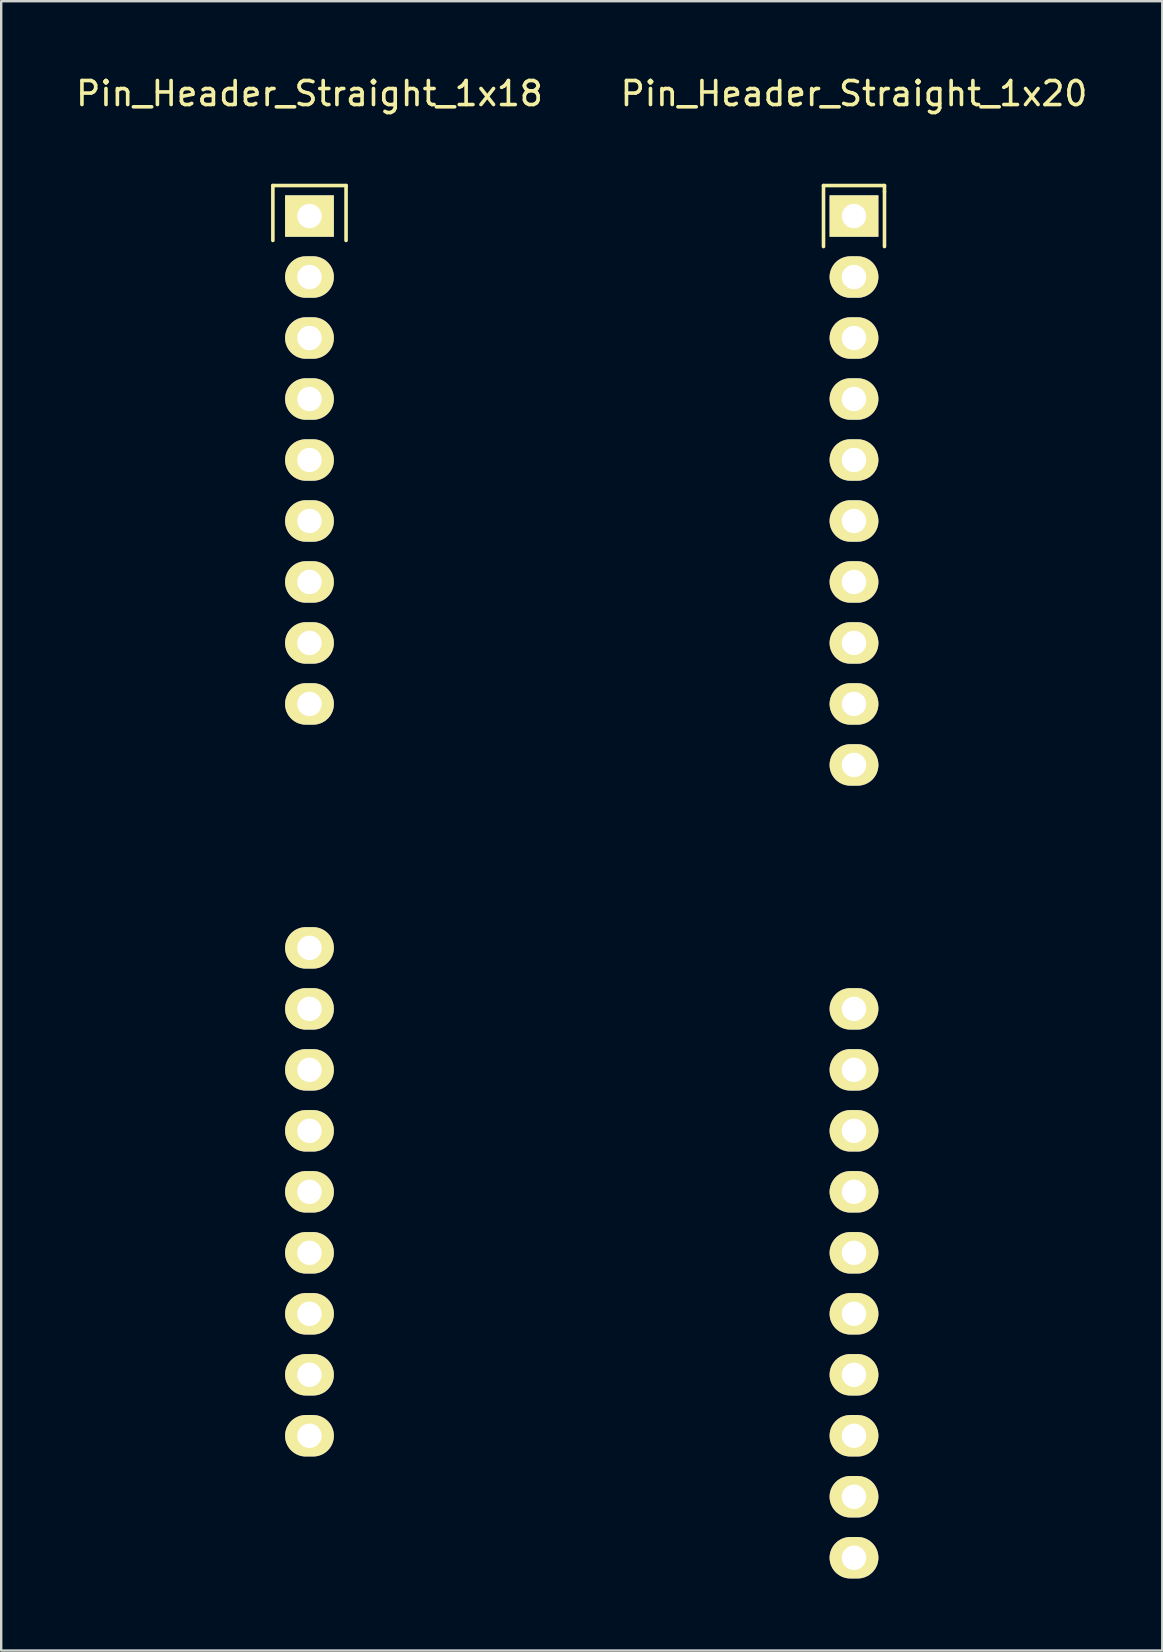
<source format=kicad_pcb>
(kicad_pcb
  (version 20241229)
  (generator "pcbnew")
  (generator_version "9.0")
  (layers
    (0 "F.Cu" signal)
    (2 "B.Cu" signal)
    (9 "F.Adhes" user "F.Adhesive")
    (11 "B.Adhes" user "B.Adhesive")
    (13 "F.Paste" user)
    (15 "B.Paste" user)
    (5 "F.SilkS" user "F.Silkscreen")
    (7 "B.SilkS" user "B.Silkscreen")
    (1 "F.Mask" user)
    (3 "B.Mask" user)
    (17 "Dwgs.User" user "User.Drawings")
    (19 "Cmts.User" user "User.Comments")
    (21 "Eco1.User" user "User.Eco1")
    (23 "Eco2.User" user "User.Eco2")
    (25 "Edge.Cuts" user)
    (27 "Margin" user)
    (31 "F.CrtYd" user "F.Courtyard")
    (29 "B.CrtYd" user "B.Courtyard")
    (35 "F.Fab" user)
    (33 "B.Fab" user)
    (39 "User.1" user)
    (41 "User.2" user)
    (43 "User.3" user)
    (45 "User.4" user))
  (footprint "Pin_Header_Straight_1x20"
    (layer "F.Cu")
    (at 32.518 5.948)
    (property "Reference" "Pin_Header_Straight_1x20" (at 0 -5.1 0) (layer "F.SilkS") (effects (font (size 1 1) (thickness 0.15))))
    (attr through_hole)
    (fp_line (start -1.27 -1.27) (end -1.27 1.27) (stroke (width 0.15) (type solid)) (layer "F.SilkS"))
    (fp_line (start 1.27 -1.27) (end -1.27 -1.27) (stroke (width 0.15) (type solid)) (layer "F.SilkS"))
    (fp_line (start 1.27 -1.016) (end 1.27 -1.27) (stroke (width 0.15) (type solid)) (layer "F.SilkS"))
    (fp_line (start 1.27 1.27) (end 1.27 -1.016) (stroke (width 0.15) (type solid)) (layer "F.SilkS"))
    (pad "1" thru_hole rect (at 0 0) (size 2.032 1.727) (drill 1.016) (layers "*.Cu" "*.Mask" "F.SilkS"))
    (pad "2" thru_hole oval (at 0 2.54) (size 2.032 1.727) (drill 1.016) (layers "*.Cu" "*.Mask" "F.SilkS"))
    (pad "3" thru_hole oval (at 0 5.08) (size 2.032 1.727) (drill 1.016) (layers "*.Cu" "*.Mask" "F.SilkS"))
    (pad "4" thru_hole oval (at 0 7.62) (size 2.032 1.727) (drill 1.016) (layers "*.Cu" "*.Mask" "F.SilkS"))
    (pad "5" thru_hole oval (at 0 10.16) (size 2.032 1.727) (drill 1.016) (layers "*.Cu" "*.Mask" "F.SilkS"))
    (pad "6" thru_hole oval (at 0 12.7) (size 2.032 1.727) (drill 1.016) (layers "*.Cu" "*.Mask" "F.SilkS"))
    (pad "7" thru_hole oval (at 0 15.24) (size 2.032 1.727) (drill 1.016) (layers "*.Cu" "*.Mask" "F.SilkS"))
    (pad "8" thru_hole oval (at 0 17.78) (size 2.032 1.727) (drill 1.016) (layers "*.Cu" "*.Mask" "F.SilkS"))
    (pad "9" thru_hole oval (at 0 20.32) (size 2.032 1.727) (drill 1.016) (layers "*.Cu" "*.Mask" "F.SilkS"))
    (pad "10" thru_hole oval (at 0 22.86) (size 2.032 1.727) (drill 1.016) (layers "*.Cu" "*.Mask" "F.SilkS"))
    (pad "11" thru_hole oval (at 0 33.02) (size 2.032 1.727) (drill 1.016) (layers "*.Cu" "*.Mask" "F.SilkS"))
    (pad "12" thru_hole oval (at 0 35.56) (size 2.032 1.727) (drill 1.016) (layers "*.Cu" "*.Mask" "F.SilkS"))
    (pad "13" thru_hole oval (at 0 38.1) (size 2.032 1.727) (drill 1.016) (layers "*.Cu" "*.Mask" "F.SilkS"))
    (pad "14" thru_hole oval (at 0 40.64) (size 2.032 1.727) (drill 1.016) (layers "*.Cu" "*.Mask" "F.SilkS"))
    (pad "15" thru_hole oval (at 0 43.18) (size 2.032 1.727) (drill 1.016) (layers "*.Cu" "*.Mask" "F.SilkS"))
    (pad "16" thru_hole oval (at 0 45.72) (size 2.032 1.727) (drill 1.016) (layers "*.Cu" "*.Mask" "F.SilkS"))
    (pad "17" thru_hole oval (at 0 48.26) (size 2.032 1.727) (drill 1.016) (layers "*.Cu" "*.Mask" "F.SilkS"))
    (pad "18" thru_hole oval (at 0 50.8) (size 2.032 1.727) (drill 1.016) (layers "*.Cu" "*.Mask" "F.SilkS"))
    (pad "19" thru_hole oval (at 0 53.34) (size 2.032 1.727) (drill 1.016) (layers "*.Cu" "*.Mask" "F.SilkS"))
    (pad "20" thru_hole oval (at 0 55.88) (size 2.032 1.727) (drill 1.016) (layers "*.Cu" "*.Mask" "F.SilkS")))
  (footprint "Pin_Header_Straight_1x18"
    (layer "F.Cu")
    (at 9.839 5.948)
    (property "Reference" "Pin_Header_Straight_1x18" (at 0 -5.1 0) (layer "F.SilkS") (effects (font (size 1 1) (thickness 0.15))))
    (attr through_hole)
    (fp_line (start -1.524 -1.27) (end 1.524 -1.27) (stroke (width 0.15) (type solid)) (layer "F.SilkS"))
    (fp_line (start -1.524 1.016) (end -1.524 -1.27) (stroke (width 0.15) (type solid)) (layer "F.SilkS"))
    (fp_line (start 1.524 -1.27) (end 1.524 1.016) (stroke (width 0.15) (type solid)) (layer "F.SilkS"))
    (pad "1" thru_hole rect (at 0 0) (size 2.032 1.727) (drill 1.016) (layers "*.Cu" "*.Mask" "F.SilkS"))
    (pad "2" thru_hole oval (at 0 2.54) (size 2.032 1.727) (drill 1.016) (layers "*.Cu" "*.Mask" "F.SilkS"))
    (pad "3" thru_hole oval (at 0 5.08) (size 2.032 1.727) (drill 1.016) (layers "*.Cu" "*.Mask" "F.SilkS"))
    (pad "4" thru_hole oval (at 0 7.62) (size 2.032 1.727) (drill 1.016) (layers "*.Cu" "*.Mask" "F.SilkS"))
    (pad "5" thru_hole oval (at 0 10.16) (size 2.032 1.727) (drill 1.016) (layers "*.Cu" "*.Mask" "F.SilkS"))
    (pad "6" thru_hole oval (at 0 12.7) (size 2.032 1.727) (drill 1.016) (layers "*.Cu" "*.Mask" "F.SilkS"))
    (pad "7" thru_hole oval (at 0 15.24) (size 2.032 1.727) (drill 1.016) (layers "*.Cu" "*.Mask" "F.SilkS"))
    (pad "8" thru_hole oval (at 0 17.78) (size 2.032 1.727) (drill 1.016) (layers "*.Cu" "*.Mask" "F.SilkS"))
    (pad "9" thru_hole oval (at 0 20.32) (size 2.032 1.727) (drill 1.016) (layers "*.Cu" "*.Mask" "F.SilkS"))
    (pad "10" thru_hole oval (at 0 30.48) (size 2.032 1.727) (drill 1.016) (layers "*.Cu" "*.Mask" "F.SilkS"))
    (pad "11" thru_hole oval (at 0 33.02) (size 2.032 1.727) (drill 1.016) (layers "*.Cu" "*.Mask" "F.SilkS"))
    (pad "12" thru_hole oval (at 0 35.56) (size 2.032 1.727) (drill 1.016) (layers "*.Cu" "*.Mask" "F.SilkS"))
    (pad "13" thru_hole oval (at 0 38.1) (size 2.032 1.727) (drill 1.016) (layers "*.Cu" "*.Mask" "F.SilkS"))
    (pad "14" thru_hole oval (at 0 40.64) (size 2.032 1.727) (drill 1.016) (layers "*.Cu" "*.Mask" "F.SilkS"))
    (pad "15" thru_hole oval (at 0 43.18) (size 2.032 1.727) (drill 1.016) (layers "*.Cu" "*.Mask" "F.SilkS"))
    (pad "16" thru_hole oval (at 0 45.72) (size 2.032 1.727) (drill 1.016) (layers "*.Cu" "*.Mask" "F.SilkS"))
    (pad "17" thru_hole oval (at 0 48.26) (size 2.032 1.727) (drill 1.016) (layers "*.Cu" "*.Mask" "F.SilkS"))
    (pad "18" thru_hole oval (at 0 50.8) (size 2.032 1.727) (drill 1.016) (layers "*.Cu" "*.Mask" "F.SilkS")))
  (gr_rect
    (start -3 -3)
    (end 45.357 65.692)
    (stroke (width 0.1) (type default))
    (fill no)
    (layer "Edge.Cuts")))
</source>
